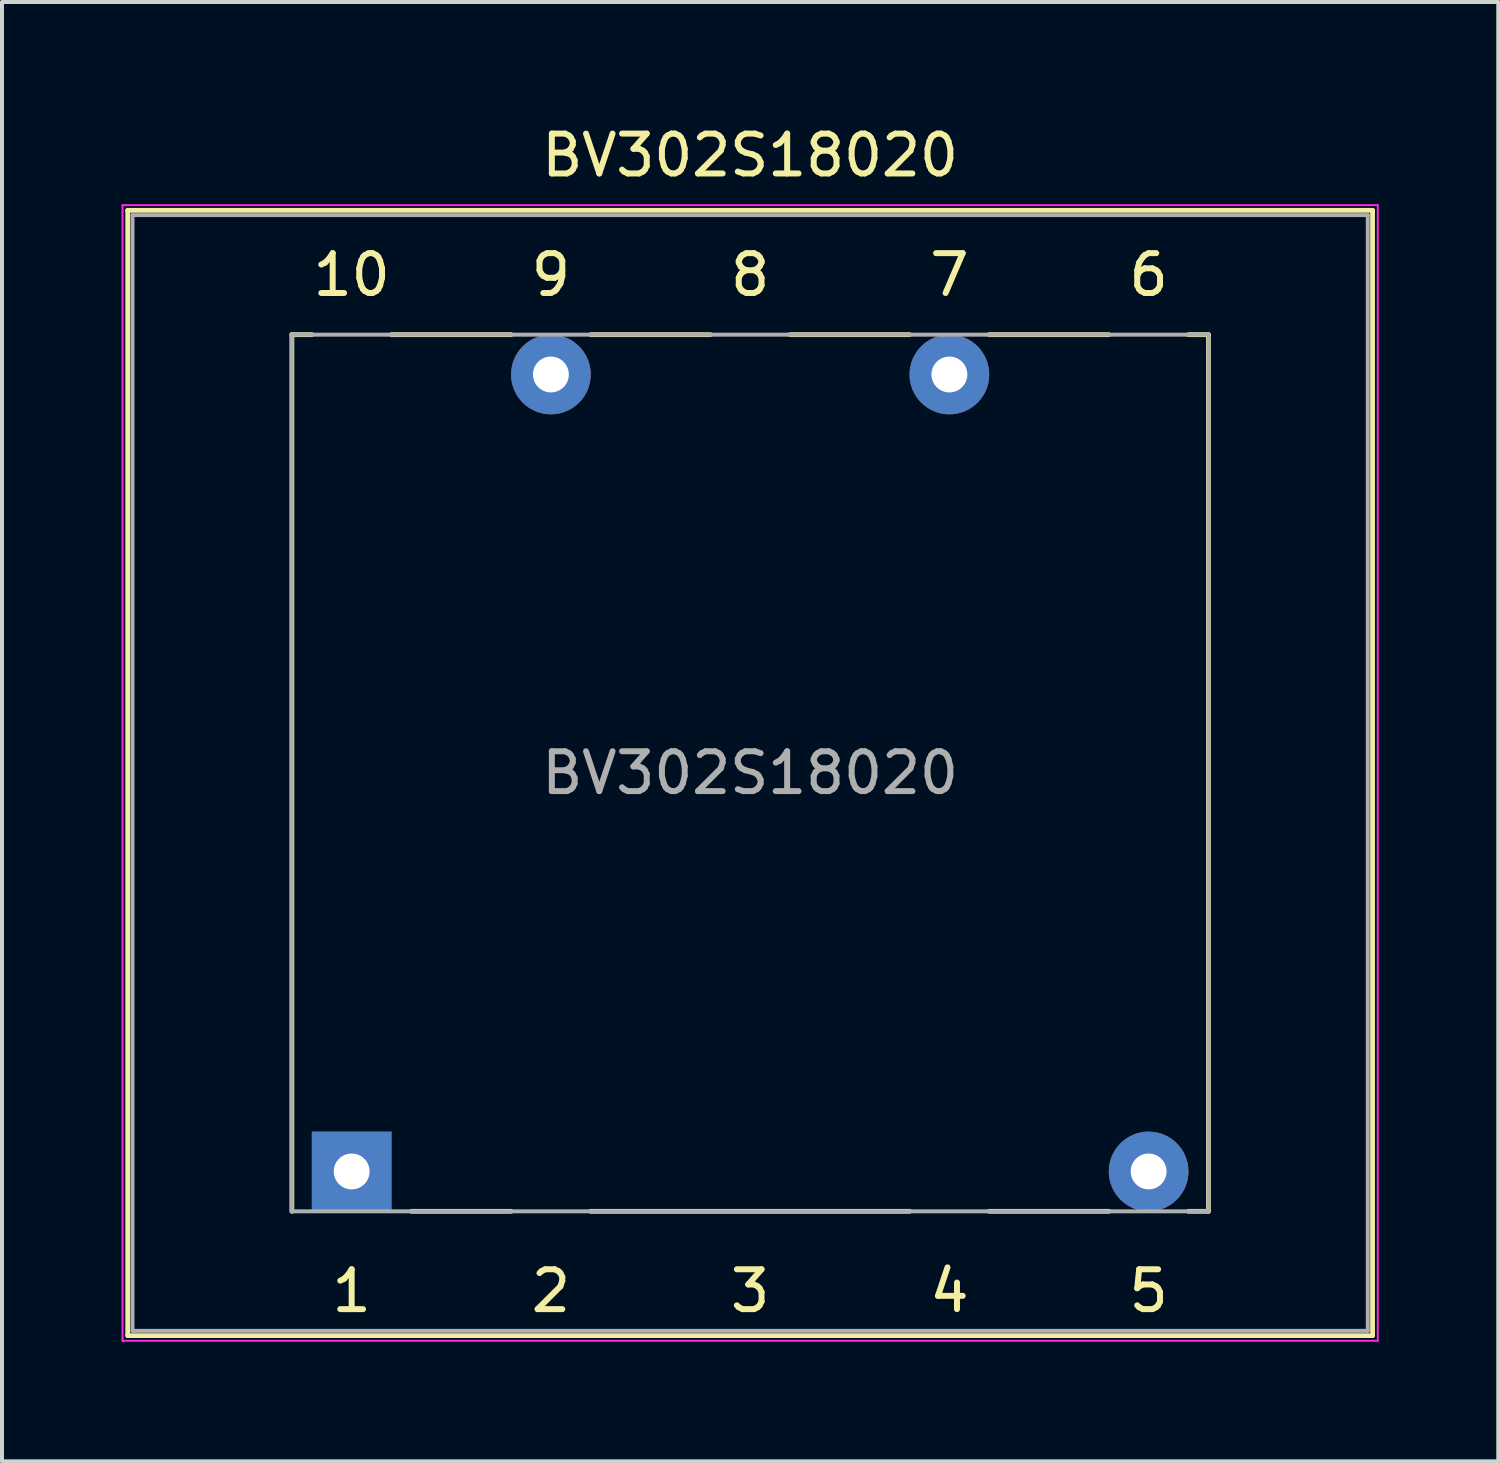
<source format=kicad_pcb>
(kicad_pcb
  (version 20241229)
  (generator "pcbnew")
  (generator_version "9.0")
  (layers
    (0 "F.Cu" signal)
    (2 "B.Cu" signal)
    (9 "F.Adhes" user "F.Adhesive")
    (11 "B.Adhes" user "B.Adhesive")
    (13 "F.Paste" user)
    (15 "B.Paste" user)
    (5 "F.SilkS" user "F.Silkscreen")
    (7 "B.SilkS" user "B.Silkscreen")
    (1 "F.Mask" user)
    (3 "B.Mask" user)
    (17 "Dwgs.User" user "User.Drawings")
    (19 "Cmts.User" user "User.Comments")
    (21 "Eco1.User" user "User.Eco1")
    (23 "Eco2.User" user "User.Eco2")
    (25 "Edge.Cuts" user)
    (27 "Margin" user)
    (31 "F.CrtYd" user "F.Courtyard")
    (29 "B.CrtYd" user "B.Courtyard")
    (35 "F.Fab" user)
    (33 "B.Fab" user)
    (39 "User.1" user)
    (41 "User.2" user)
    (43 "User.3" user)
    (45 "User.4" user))
  (footprint "BV302S18020"
    (layer "F.Cu")
    (at 5.775 26.348)
    (property "Reference" "BV302S18020" (at 10 -25.5 0) (layer "F.SilkS") (effects (font (size 1 1) (thickness 0.15))))
    (attr through_hole)
    (fp_line (start -5.62 -24.12) (end -5.62 4.12) (stroke (width 0.12) (type solid)) (layer "F.SilkS"))
    (fp_line (start -5.62 -24.12) (end 25.62 -24.12) (stroke (width 0.12) (type solid)) (layer "F.SilkS"))
    (fp_line (start -1.5 -21) (end -1.5 1) (stroke (width 0.12) (type solid)) (layer "F.SilkS"))
    (fp_line (start -1 -21) (end -1.5 -21) (stroke (width 0.12) (type solid)) (layer "F.SilkS"))
    (fp_line (start 1.5 1) (end 4 1) (stroke (width 0.12) (type solid)) (layer "F.SilkS"))
    (fp_line (start 4 -21) (end 1 -21) (stroke (width 0.12) (type solid)) (layer "F.SilkS"))
    (fp_line (start 6 1) (end 14 1) (stroke (width 0.12) (type solid)) (layer "F.SilkS"))
    (fp_line (start 9 -21) (end 6 -21) (stroke (width 0.12) (type solid)) (layer "F.SilkS"))
    (fp_line (start 14 -21) (end 11 -21) (stroke (width 0.12) (type solid)) (layer "F.SilkS"))
    (fp_line (start 16 1) (end 19 1) (stroke (width 0.12) (type solid)) (layer "F.SilkS"))
    (fp_line (start 19 -21) (end 16 -21) (stroke (width 0.12) (type solid)) (layer "F.SilkS"))
    (fp_line (start 21 1) (end 21.5 1) (stroke (width 0.12) (type solid)) (layer "F.SilkS"))
    (fp_line (start 21.5 -21) (end 21 -21) (stroke (width 0.12) (type solid)) (layer "F.SilkS"))
    (fp_line (start 21.5 1) (end 21.5 -21) (stroke (width 0.12) (type solid)) (layer "F.SilkS"))
    (fp_line (start 25.62 4.12) (end -5.62 4.12) (stroke (width 0.12) (type solid)) (layer "F.SilkS"))
    (fp_line (start 25.62 4.12) (end 25.62 -24.12) (stroke (width 0.12) (type solid)) (layer "F.SilkS"))
    (fp_line (start -5.75 -24.25) (end -5.75 4.25) (stroke (width 0.05) (type solid)) (layer "F.CrtYd"))
    (fp_line (start -5.75 -24.25) (end 25.75 -24.25) (stroke (width 0.05) (type solid)) (layer "F.CrtYd"))
    (fp_line (start 25.75 4.25) (end -5.75 4.25) (stroke (width 0.05) (type solid)) (layer "F.CrtYd"))
    (fp_line (start 25.75 4.25) (end 25.75 -24.25) (stroke (width 0.05) (type solid)) (layer "F.CrtYd"))
    (fp_line (start -5.5 -24) (end 25.5 -24) (stroke (width 0.1) (type solid)) (layer "F.Fab"))
    (fp_line (start -5.5 4) (end -5.5 -24) (stroke (width 0.1) (type solid)) (layer "F.Fab"))
    (fp_line (start -1.5 -21) (end -1.5 1) (stroke (width 0.1) (type solid)) (layer "F.Fab"))
    (fp_line (start -1.5 1) (end 21.5 1) (stroke (width 0.1) (type solid)) (layer "F.Fab"))
    (fp_line (start 21.5 -21) (end -1.5 -21) (stroke (width 0.1) (type solid)) (layer "F.Fab"))
    (fp_line (start 21.5 1) (end 21.5 -21) (stroke (width 0.1) (type solid)) (layer "F.Fab"))
    (fp_line (start 25.5 -24) (end 25.5 4) (stroke (width 0.1) (type solid)) (layer "F.Fab"))
    (fp_line (start 25.5 4) (end -5.5 4) (stroke (width 0.1) (type solid)) (layer "F.Fab"))
    (fp_text user "4" (at 15 3 0) (layer "F.SilkS") (effects (font (size 1 1) (thickness 0.15))))
    (fp_text user "10" (at 0 -22.5 0) (layer "F.SilkS") (effects (font (size 1 1) (thickness 0.15))))
    (fp_text user "1" (at 0 3 0) (layer "F.SilkS") (effects (font (size 1 1) (thickness 0.15))))
    (fp_text user "8" (at 10 -22.5 0) (layer "F.SilkS") (effects (font (size 1 1) (thickness 0.15))))
    (fp_text user "3" (at 10 3 0) (layer "F.SilkS") (effects (font (size 1 1) (thickness 0.15))))
    (fp_text user "9" (at 5 -22.5 0) (layer "F.SilkS") (effects (font (size 1 1) (thickness 0.15))))
    (fp_text user "2" (at 5 3 0) (layer "F.SilkS") (effects (font (size 1 1) (thickness 0.15))))
    (fp_text user "7" (at 15 -22.5 0) (layer "F.SilkS") (effects (font (size 1 1) (thickness 0.15))))
    (fp_text user "6" (at 20 -22.5 0) (layer "F.SilkS") (effects (font (size 1 1) (thickness 0.15))))
    (fp_text user "5" (at 20 3 0) (layer "F.SilkS") (effects (font (size 1 1) (thickness 0.15))))
    (fp_text user "${REFERENCE}" (at 10 -10 0) (layer "F.Fab") (effects (font (size 1 1) (thickness 0.15))))
    (pad "1" thru_hole rect (at 0 0) (size 2 2) (drill 0.9) (layers "*.Cu" "*.Mask"))
    (pad "5" thru_hole circle (at 20 0) (size 2 2) (drill 0.9) (layers "*.Cu" "*.Mask"))
    (pad "7" thru_hole circle (at 15 -20) (size 2 2) (drill 0.9) (layers "*.Cu" "*.Mask"))
    (pad "9" thru_hole circle (at 5 -20) (size 2 2) (drill 0.9) (layers "*.Cu" "*.Mask")))
  (gr_rect
    (start -3 -3)
    (end 34.55 33.623)
    (stroke (width 0.1) (type default))
    (fill no)
    (layer "Edge.Cuts")))
</source>
